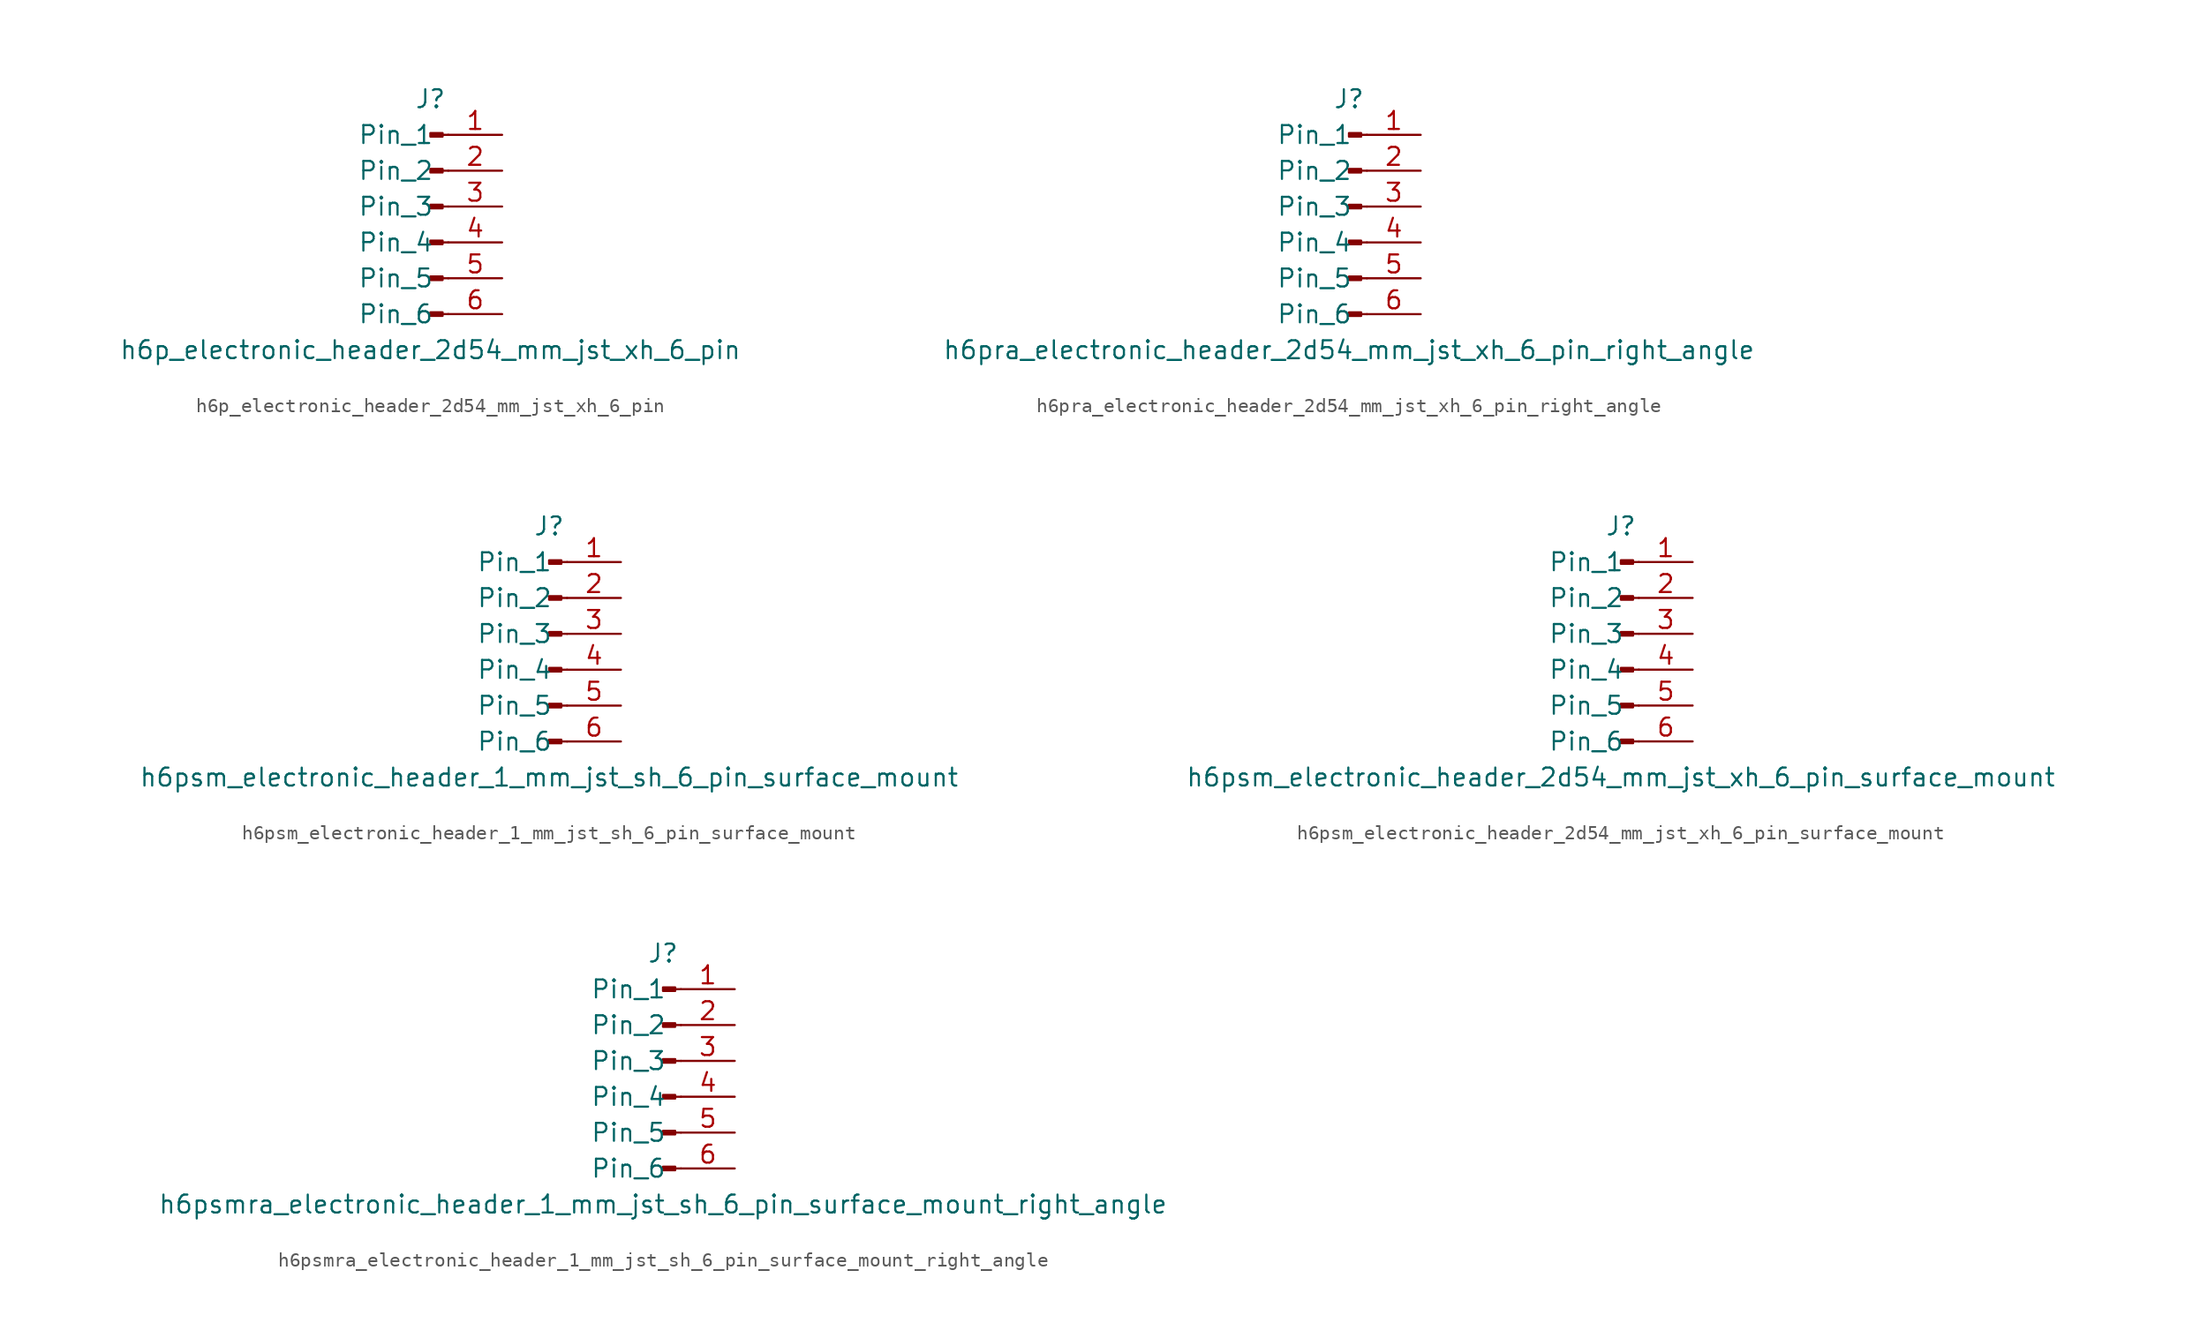
<source format=kicad_sym>
(kicad_symbol_lib
  (version 20220914)
  (generator kicad_symbol_editor)
  (symbol "h6p_electronic_header_2d54_mm_jst_xh_6_pin"
    (pin_names
      (offset 1.016))
    (property "Reference" "J"
      (at 0 7.62 0)
      (effects (font (size 1.27 1.27))))
    (property "Value" "h6p_electronic_header_2d54_mm_jst_xh_6_pin"
      (at 0 -10.16 0)
      (effects (font (size 1.27 1.27))))
    (property "ki_locked" ""
      (at 0 0 0)
      (effects (font (size 1.27 1.27))))
    (symbol "h6p_electronic_header_2d54_mm_jst_xh_6_pin_1_1"
      (polyline (pts (xy 1.27 -7.62) (xy 0.864 -7.62)) (stroke (width 0.152) (type default)) (fill (type none)))
      (polyline (pts (xy 1.27 -5.08) (xy 0.864 -5.08)) (stroke (width 0.152) (type default)) (fill (type none)))
      (polyline (pts (xy 1.27 -2.54) (xy 0.864 -2.54)) (stroke (width 0.152) (type default)) (fill (type none)))
      (polyline (pts (xy 1.27 0) (xy 0.864 0)) (stroke (width 0.152) (type default)) (fill (type none)))
      (polyline (pts (xy 1.27 2.54) (xy 0.864 2.54)) (stroke (width 0.152) (type default)) (fill (type none)))
      (polyline (pts (xy 1.27 5.08) (xy 0.864 5.08)) (stroke (width 0.152) (type default)) (fill (type none)))
      (rectangle (start 0.864 -7.493) (end 0 -7.747) (stroke (width 0.152) (type default)) (fill (type outline)))
      (rectangle (start 0.864 -4.953) (end 0 -5.207) (stroke (width 0.152) (type default)) (fill (type outline)))
      (rectangle (start 0.864 -2.413) (end 0 -2.667) (stroke (width 0.152) (type default)) (fill (type outline)))
      (rectangle (start 0.864 0.127) (end 0 -0.127) (stroke (width 0.152) (type default)) (fill (type outline)))
      (rectangle (start 0.864 2.667) (end 0 2.413) (stroke (width 0.152) (type default)) (fill (type outline)))
      (rectangle (start 0.864 5.207) (end 0 4.953) (stroke (width 0.152) (type default)) (fill (type outline)))
      (pin passive line (at 5.08 5.08 180) (length 3.81) (name "Pin_1" (effects (font (size 1.27 1.27)))) (number "1" (effects (font (size 1.27 1.27)))))
      (pin passive line (at 5.08 2.54 180) (length 3.81) (name "Pin_2" (effects (font (size 1.27 1.27)))) (number "2" (effects (font (size 1.27 1.27)))))
      (pin passive line (at 5.08 0 180) (length 3.81) (name "Pin_3" (effects (font (size 1.27 1.27)))) (number "3" (effects (font (size 1.27 1.27)))))
      (pin passive line (at 5.08 -2.54 180) (length 3.81) (name "Pin_4" (effects (font (size 1.27 1.27)))) (number "4" (effects (font (size 1.27 1.27)))))
      (pin passive line (at 5.08 -5.08 180) (length 3.81) (name "Pin_5" (effects (font (size 1.27 1.27)))) (number "5" (effects (font (size 1.27 1.27)))))
      (pin passive line (at 5.08 -7.62 180) (length 3.81) (name "Pin_6" (effects (font (size 1.27 1.27)))) (number "6" (effects (font (size 1.27 1.27)))))))
  (symbol "h6pra_electronic_header_2d54_mm_jst_xh_6_pin_right_angle"
    (pin_names
      (offset 1.016))
    (property "Reference" "J"
      (at 0 7.62 0)
      (effects (font (size 1.27 1.27))))
    (property "Value" "h6pra_electronic_header_2d54_mm_jst_xh_6_pin_right_angle"
      (at 0 -10.16 0)
      (effects (font (size 1.27 1.27))))
    (property "ki_locked" ""
      (at 0 0 0)
      (effects (font (size 1.27 1.27))))
    (symbol "h6pra_electronic_header_2d54_mm_jst_xh_6_pin_right_angle_1_1"
      (polyline (pts (xy 1.27 -7.62) (xy 0.864 -7.62)) (stroke (width 0.152) (type default)) (fill (type none)))
      (polyline (pts (xy 1.27 -5.08) (xy 0.864 -5.08)) (stroke (width 0.152) (type default)) (fill (type none)))
      (polyline (pts (xy 1.27 -2.54) (xy 0.864 -2.54)) (stroke (width 0.152) (type default)) (fill (type none)))
      (polyline (pts (xy 1.27 0) (xy 0.864 0)) (stroke (width 0.152) (type default)) (fill (type none)))
      (polyline (pts (xy 1.27 2.54) (xy 0.864 2.54)) (stroke (width 0.152) (type default)) (fill (type none)))
      (polyline (pts (xy 1.27 5.08) (xy 0.864 5.08)) (stroke (width 0.152) (type default)) (fill (type none)))
      (rectangle (start 0.864 -7.493) (end 0 -7.747) (stroke (width 0.152) (type default)) (fill (type outline)))
      (rectangle (start 0.864 -4.953) (end 0 -5.207) (stroke (width 0.152) (type default)) (fill (type outline)))
      (rectangle (start 0.864 -2.413) (end 0 -2.667) (stroke (width 0.152) (type default)) (fill (type outline)))
      (rectangle (start 0.864 0.127) (end 0 -0.127) (stroke (width 0.152) (type default)) (fill (type outline)))
      (rectangle (start 0.864 2.667) (end 0 2.413) (stroke (width 0.152) (type default)) (fill (type outline)))
      (rectangle (start 0.864 5.207) (end 0 4.953) (stroke (width 0.152) (type default)) (fill (type outline)))
      (pin passive line (at 5.08 5.08 180) (length 3.81) (name "Pin_1" (effects (font (size 1.27 1.27)))) (number "1" (effects (font (size 1.27 1.27)))))
      (pin passive line (at 5.08 2.54 180) (length 3.81) (name "Pin_2" (effects (font (size 1.27 1.27)))) (number "2" (effects (font (size 1.27 1.27)))))
      (pin passive line (at 5.08 0 180) (length 3.81) (name "Pin_3" (effects (font (size 1.27 1.27)))) (number "3" (effects (font (size 1.27 1.27)))))
      (pin passive line (at 5.08 -2.54 180) (length 3.81) (name "Pin_4" (effects (font (size 1.27 1.27)))) (number "4" (effects (font (size 1.27 1.27)))))
      (pin passive line (at 5.08 -5.08 180) (length 3.81) (name "Pin_5" (effects (font (size 1.27 1.27)))) (number "5" (effects (font (size 1.27 1.27)))))
      (pin passive line (at 5.08 -7.62 180) (length 3.81) (name "Pin_6" (effects (font (size 1.27 1.27)))) (number "6" (effects (font (size 1.27 1.27)))))))
  (symbol "h6psm_electronic_header_1_mm_jst_sh_6_pin_surface_mount"
    (pin_names
      (offset 1.016))
    (property "Reference" "J"
      (at 0 7.62 0)
      (effects (font (size 1.27 1.27))))
    (property "Value" "h6psm_electronic_header_1_mm_jst_sh_6_pin_surface_mount"
      (at 0 -10.16 0)
      (effects (font (size 1.27 1.27))))
    (property "ki_locked" ""
      (at 0 0 0)
      (effects (font (size 1.27 1.27))))
    (symbol "h6psm_electronic_header_1_mm_jst_sh_6_pin_surface_mount_1_1"
      (polyline (pts (xy 1.27 -7.62) (xy 0.864 -7.62)) (stroke (width 0.152) (type default)) (fill (type none)))
      (polyline (pts (xy 1.27 -5.08) (xy 0.864 -5.08)) (stroke (width 0.152) (type default)) (fill (type none)))
      (polyline (pts (xy 1.27 -2.54) (xy 0.864 -2.54)) (stroke (width 0.152) (type default)) (fill (type none)))
      (polyline (pts (xy 1.27 0) (xy 0.864 0)) (stroke (width 0.152) (type default)) (fill (type none)))
      (polyline (pts (xy 1.27 2.54) (xy 0.864 2.54)) (stroke (width 0.152) (type default)) (fill (type none)))
      (polyline (pts (xy 1.27 5.08) (xy 0.864 5.08)) (stroke (width 0.152) (type default)) (fill (type none)))
      (rectangle (start 0.864 -7.493) (end 0 -7.747) (stroke (width 0.152) (type default)) (fill (type outline)))
      (rectangle (start 0.864 -4.953) (end 0 -5.207) (stroke (width 0.152) (type default)) (fill (type outline)))
      (rectangle (start 0.864 -2.413) (end 0 -2.667) (stroke (width 0.152) (type default)) (fill (type outline)))
      (rectangle (start 0.864 0.127) (end 0 -0.127) (stroke (width 0.152) (type default)) (fill (type outline)))
      (rectangle (start 0.864 2.667) (end 0 2.413) (stroke (width 0.152) (type default)) (fill (type outline)))
      (rectangle (start 0.864 5.207) (end 0 4.953) (stroke (width 0.152) (type default)) (fill (type outline)))
      (pin passive line (at 5.08 5.08 180) (length 3.81) (name "Pin_1" (effects (font (size 1.27 1.27)))) (number "1" (effects (font (size 1.27 1.27)))))
      (pin passive line (at 5.08 2.54 180) (length 3.81) (name "Pin_2" (effects (font (size 1.27 1.27)))) (number "2" (effects (font (size 1.27 1.27)))))
      (pin passive line (at 5.08 0 180) (length 3.81) (name "Pin_3" (effects (font (size 1.27 1.27)))) (number "3" (effects (font (size 1.27 1.27)))))
      (pin passive line (at 5.08 -2.54 180) (length 3.81) (name "Pin_4" (effects (font (size 1.27 1.27)))) (number "4" (effects (font (size 1.27 1.27)))))
      (pin passive line (at 5.08 -5.08 180) (length 3.81) (name "Pin_5" (effects (font (size 1.27 1.27)))) (number "5" (effects (font (size 1.27 1.27)))))
      (pin passive line (at 5.08 -7.62 180) (length 3.81) (name "Pin_6" (effects (font (size 1.27 1.27)))) (number "6" (effects (font (size 1.27 1.27)))))))
  (symbol "h6psm_electronic_header_2d54_mm_jst_xh_6_pin_surface_mount"
    (pin_names
      (offset 1.016))
    (property "Reference" "J"
      (at 0 7.62 0)
      (effects (font (size 1.27 1.27))))
    (property "Value" "h6psm_electronic_header_2d54_mm_jst_xh_6_pin_surface_mount"
      (at 0 -10.16 0)
      (effects (font (size 1.27 1.27))))
    (property "ki_locked" ""
      (at 0 0 0)
      (effects (font (size 1.27 1.27))))
    (symbol "h6psm_electronic_header_2d54_mm_jst_xh_6_pin_surface_mount_1_1"
      (polyline (pts (xy 1.27 -7.62) (xy 0.864 -7.62)) (stroke (width 0.152) (type default)) (fill (type none)))
      (polyline (pts (xy 1.27 -5.08) (xy 0.864 -5.08)) (stroke (width 0.152) (type default)) (fill (type none)))
      (polyline (pts (xy 1.27 -2.54) (xy 0.864 -2.54)) (stroke (width 0.152) (type default)) (fill (type none)))
      (polyline (pts (xy 1.27 0) (xy 0.864 0)) (stroke (width 0.152) (type default)) (fill (type none)))
      (polyline (pts (xy 1.27 2.54) (xy 0.864 2.54)) (stroke (width 0.152) (type default)) (fill (type none)))
      (polyline (pts (xy 1.27 5.08) (xy 0.864 5.08)) (stroke (width 0.152) (type default)) (fill (type none)))
      (rectangle (start 0.864 -7.493) (end 0 -7.747) (stroke (width 0.152) (type default)) (fill (type outline)))
      (rectangle (start 0.864 -4.953) (end 0 -5.207) (stroke (width 0.152) (type default)) (fill (type outline)))
      (rectangle (start 0.864 -2.413) (end 0 -2.667) (stroke (width 0.152) (type default)) (fill (type outline)))
      (rectangle (start 0.864 0.127) (end 0 -0.127) (stroke (width 0.152) (type default)) (fill (type outline)))
      (rectangle (start 0.864 2.667) (end 0 2.413) (stroke (width 0.152) (type default)) (fill (type outline)))
      (rectangle (start 0.864 5.207) (end 0 4.953) (stroke (width 0.152) (type default)) (fill (type outline)))
      (pin passive line (at 5.08 5.08 180) (length 3.81) (name "Pin_1" (effects (font (size 1.27 1.27)))) (number "1" (effects (font (size 1.27 1.27)))))
      (pin passive line (at 5.08 2.54 180) (length 3.81) (name "Pin_2" (effects (font (size 1.27 1.27)))) (number "2" (effects (font (size 1.27 1.27)))))
      (pin passive line (at 5.08 0 180) (length 3.81) (name "Pin_3" (effects (font (size 1.27 1.27)))) (number "3" (effects (font (size 1.27 1.27)))))
      (pin passive line (at 5.08 -2.54 180) (length 3.81) (name "Pin_4" (effects (font (size 1.27 1.27)))) (number "4" (effects (font (size 1.27 1.27)))))
      (pin passive line (at 5.08 -5.08 180) (length 3.81) (name "Pin_5" (effects (font (size 1.27 1.27)))) (number "5" (effects (font (size 1.27 1.27)))))
      (pin passive line (at 5.08 -7.62 180) (length 3.81) (name "Pin_6" (effects (font (size 1.27 1.27)))) (number "6" (effects (font (size 1.27 1.27)))))))
  (symbol "h6psmra_electronic_header_1_mm_jst_sh_6_pin_surface_mount_right_angle"
    (pin_names
      (offset 1.016))
    (property "Reference" "J"
      (at 0 7.62 0)
      (effects (font (size 1.27 1.27))))
    (property "Value" "h6psmra_electronic_header_1_mm_jst_sh_6_pin_surface_mount_right_angle"
      (at 0 -10.16 0)
      (effects (font (size 1.27 1.27))))
    (property "ki_locked" ""
      (at 0 0 0)
      (effects (font (size 1.27 1.27))))
    (symbol "h6psmra_electronic_header_1_mm_jst_sh_6_pin_surface_mount_right_angle_1_1"
      (polyline (pts (xy 1.27 -7.62) (xy 0.864 -7.62)) (stroke (width 0.152) (type default)) (fill (type none)))
      (polyline (pts (xy 1.27 -5.08) (xy 0.864 -5.08)) (stroke (width 0.152) (type default)) (fill (type none)))
      (polyline (pts (xy 1.27 -2.54) (xy 0.864 -2.54)) (stroke (width 0.152) (type default)) (fill (type none)))
      (polyline (pts (xy 1.27 0) (xy 0.864 0)) (stroke (width 0.152) (type default)) (fill (type none)))
      (polyline (pts (xy 1.27 2.54) (xy 0.864 2.54)) (stroke (width 0.152) (type default)) (fill (type none)))
      (polyline (pts (xy 1.27 5.08) (xy 0.864 5.08)) (stroke (width 0.152) (type default)) (fill (type none)))
      (rectangle (start 0.864 -7.493) (end 0 -7.747) (stroke (width 0.152) (type default)) (fill (type outline)))
      (rectangle (start 0.864 -4.953) (end 0 -5.207) (stroke (width 0.152) (type default)) (fill (type outline)))
      (rectangle (start 0.864 -2.413) (end 0 -2.667) (stroke (width 0.152) (type default)) (fill (type outline)))
      (rectangle (start 0.864 0.127) (end 0 -0.127) (stroke (width 0.152) (type default)) (fill (type outline)))
      (rectangle (start 0.864 2.667) (end 0 2.413) (stroke (width 0.152) (type default)) (fill (type outline)))
      (rectangle (start 0.864 5.207) (end 0 4.953) (stroke (width 0.152) (type default)) (fill (type outline)))
      (pin passive line (at 5.08 5.08 180) (length 3.81) (name "Pin_1" (effects (font (size 1.27 1.27)))) (number "1" (effects (font (size 1.27 1.27)))))
      (pin passive line (at 5.08 2.54 180) (length 3.81) (name "Pin_2" (effects (font (size 1.27 1.27)))) (number "2" (effects (font (size 1.27 1.27)))))
      (pin passive line (at 5.08 0 180) (length 3.81) (name "Pin_3" (effects (font (size 1.27 1.27)))) (number "3" (effects (font (size 1.27 1.27)))))
      (pin passive line (at 5.08 -2.54 180) (length 3.81) (name "Pin_4" (effects (font (size 1.27 1.27)))) (number "4" (effects (font (size 1.27 1.27)))))
      (pin passive line (at 5.08 -5.08 180) (length 3.81) (name "Pin_5" (effects (font (size 1.27 1.27)))) (number "5" (effects (font (size 1.27 1.27)))))
      (pin passive line (at 5.08 -7.62 180) (length 3.81) (name "Pin_6" (effects (font (size 1.27 1.27)))) (number "6" (effects (font (size 1.27 1.27))))))))
</source>
